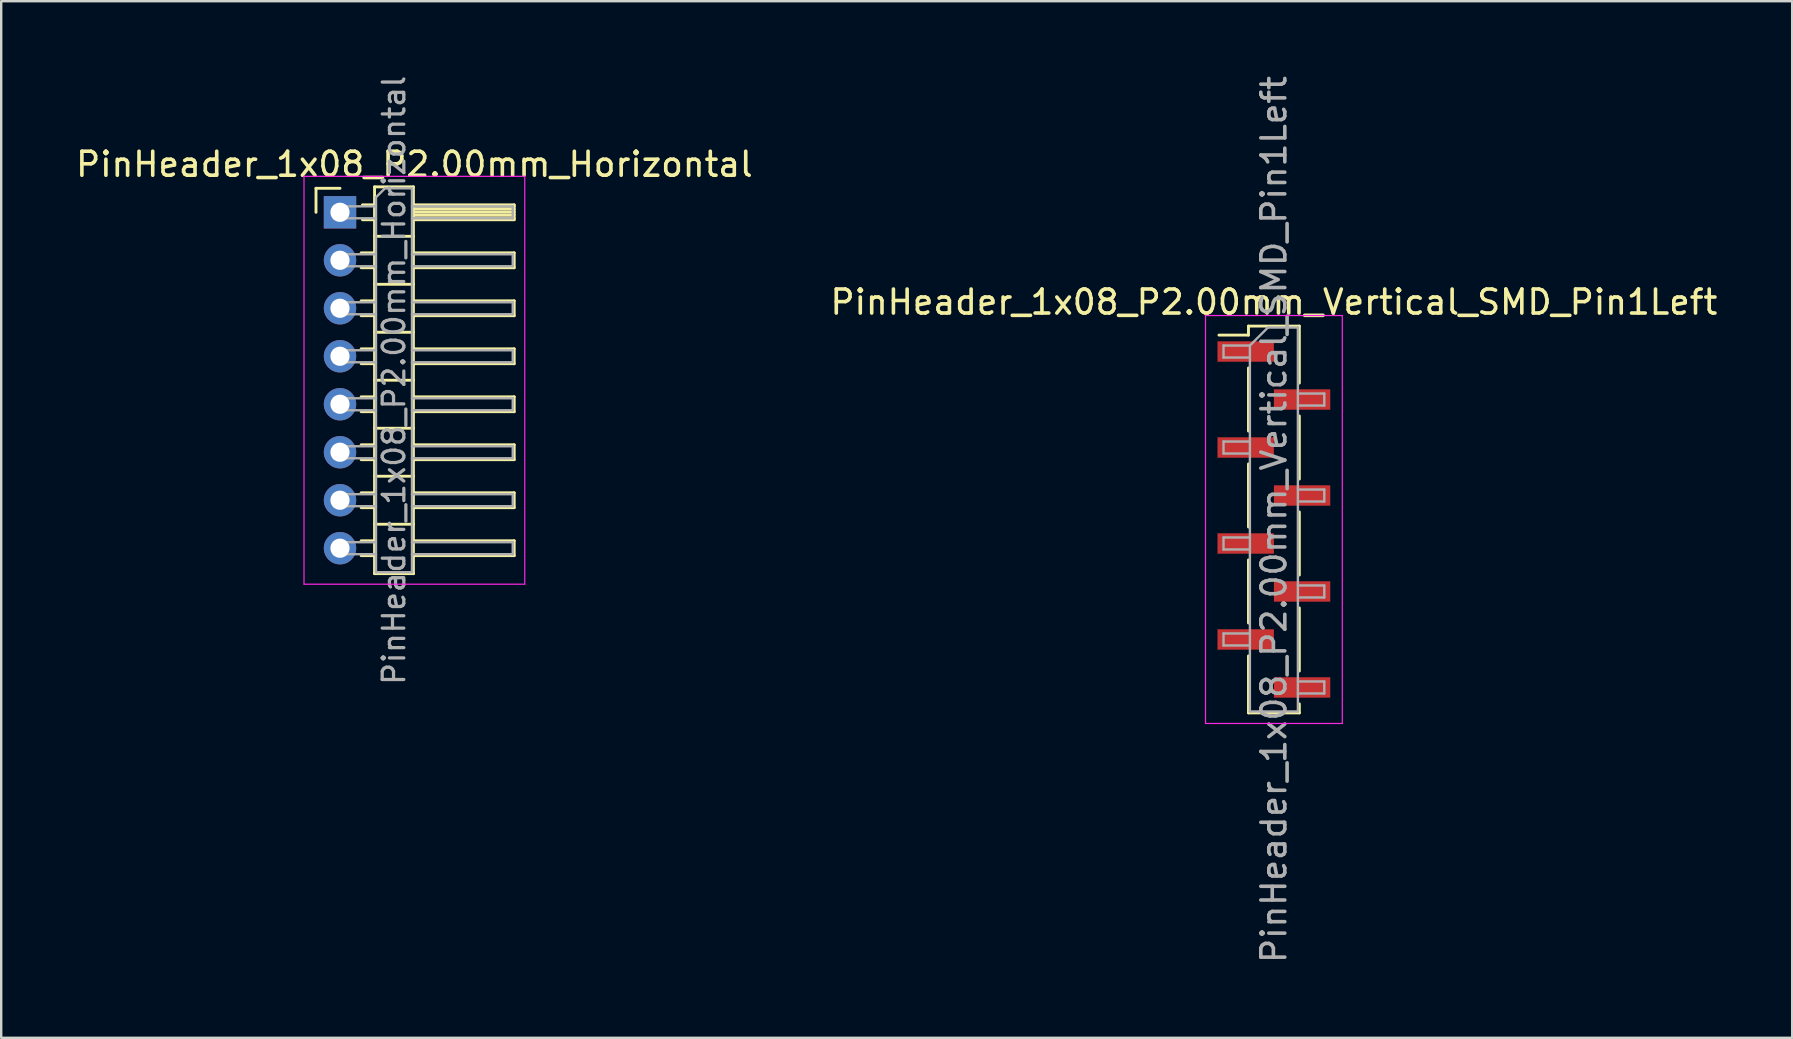
<source format=kicad_pcb>
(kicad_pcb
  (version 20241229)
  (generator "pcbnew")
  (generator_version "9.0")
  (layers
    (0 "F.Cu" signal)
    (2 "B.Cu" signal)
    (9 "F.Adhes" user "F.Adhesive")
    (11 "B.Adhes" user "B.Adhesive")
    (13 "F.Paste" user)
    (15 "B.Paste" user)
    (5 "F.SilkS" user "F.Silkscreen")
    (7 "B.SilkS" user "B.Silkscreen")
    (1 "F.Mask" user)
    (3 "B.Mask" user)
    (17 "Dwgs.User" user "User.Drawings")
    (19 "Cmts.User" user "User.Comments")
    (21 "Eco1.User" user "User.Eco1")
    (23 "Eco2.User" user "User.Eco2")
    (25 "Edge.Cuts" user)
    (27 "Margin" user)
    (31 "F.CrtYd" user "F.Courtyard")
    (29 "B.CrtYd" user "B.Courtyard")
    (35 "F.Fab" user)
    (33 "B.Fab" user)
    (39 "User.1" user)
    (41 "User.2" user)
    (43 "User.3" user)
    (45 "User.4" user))
  (footprint "PinHeader_1x08_P2.00mm_Horizontal"
    (layer "F.Cu")
    (at 11.12 5.798)
    (property "Reference" "PinHeader_1x08_P2.00mm_Horizontal" (at 3.1 -2 0) (layer "F.SilkS") (effects (font (size 1 1) (thickness 0.15))))
    (attr through_hole)
    (fp_line (start -1 -1) (end 0 -1) (stroke (width 0.12) (type solid)) (layer "F.SilkS"))
    (fp_line (start -1 0) (end -1 -1) (stroke (width 0.12) (type solid)) (layer "F.SilkS"))
    (fp_line (start 0.882 1.69) (end 1.44 1.69) (stroke (width 0.12) (type solid)) (layer "F.SilkS"))
    (fp_line (start 0.882 2.31) (end 1.44 2.31) (stroke (width 0.12) (type solid)) (layer "F.SilkS"))
    (fp_line (start 0.882 3.69) (end 1.44 3.69) (stroke (width 0.12) (type solid)) (layer "F.SilkS"))
    (fp_line (start 0.882 4.31) (end 1.44 4.31) (stroke (width 0.12) (type solid)) (layer "F.SilkS"))
    (fp_line (start 0.882 5.69) (end 1.44 5.69) (stroke (width 0.12) (type solid)) (layer "F.SilkS"))
    (fp_line (start 0.882 6.31) (end 1.44 6.31) (stroke (width 0.12) (type solid)) (layer "F.SilkS"))
    (fp_line (start 0.882 7.69) (end 1.44 7.69) (stroke (width 0.12) (type solid)) (layer "F.SilkS"))
    (fp_line (start 0.882 8.31) (end 1.44 8.31) (stroke (width 0.12) (type solid)) (layer "F.SilkS"))
    (fp_line (start 0.882 9.69) (end 1.44 9.69) (stroke (width 0.12) (type solid)) (layer "F.SilkS"))
    (fp_line (start 0.882 10.31) (end 1.44 10.31) (stroke (width 0.12) (type solid)) (layer "F.SilkS"))
    (fp_line (start 0.882 11.69) (end 1.44 11.69) (stroke (width 0.12) (type solid)) (layer "F.SilkS"))
    (fp_line (start 0.882 12.31) (end 1.44 12.31) (stroke (width 0.12) (type solid)) (layer "F.SilkS"))
    (fp_line (start 0.882 13.69) (end 1.44 13.69) (stroke (width 0.12) (type solid)) (layer "F.SilkS"))
    (fp_line (start 0.882 14.31) (end 1.44 14.31) (stroke (width 0.12) (type solid)) (layer "F.SilkS"))
    (fp_line (start 0.935 -0.31) (end 1.44 -0.31) (stroke (width 0.12) (type solid)) (layer "F.SilkS"))
    (fp_line (start 0.935 0.31) (end 1.44 0.31) (stroke (width 0.12) (type solid)) (layer "F.SilkS"))
    (fp_line (start 1.44 -1.06) (end 1.44 15.06) (stroke (width 0.12) (type solid)) (layer "F.SilkS"))
    (fp_line (start 1.44 1) (end 3.06 1) (stroke (width 0.12) (type solid)) (layer "F.SilkS"))
    (fp_line (start 1.44 3) (end 3.06 3) (stroke (width 0.12) (type solid)) (layer "F.SilkS"))
    (fp_line (start 1.44 5) (end 3.06 5) (stroke (width 0.12) (type solid)) (layer "F.SilkS"))
    (fp_line (start 1.44 7) (end 3.06 7) (stroke (width 0.12) (type solid)) (layer "F.SilkS"))
    (fp_line (start 1.44 9) (end 3.06 9) (stroke (width 0.12) (type solid)) (layer "F.SilkS"))
    (fp_line (start 1.44 11) (end 3.06 11) (stroke (width 0.12) (type solid)) (layer "F.SilkS"))
    (fp_line (start 1.44 13) (end 3.06 13) (stroke (width 0.12) (type solid)) (layer "F.SilkS"))
    (fp_line (start 1.44 15.06) (end 3.06 15.06) (stroke (width 0.12) (type solid)) (layer "F.SilkS"))
    (fp_line (start 3.06 -1.06) (end 1.44 -1.06) (stroke (width 0.12) (type solid)) (layer "F.SilkS"))
    (fp_line (start 3.06 -0.31) (end 7.26 -0.31) (stroke (width 0.12) (type solid)) (layer "F.SilkS"))
    (fp_line (start 3.06 -0.25) (end 7.26 -0.25) (stroke (width 0.12) (type solid)) (layer "F.SilkS"))
    (fp_line (start 3.06 -0.13) (end 7.26 -0.13) (stroke (width 0.12) (type solid)) (layer "F.SilkS"))
    (fp_line (start 3.06 -0.01) (end 7.26 -0.01) (stroke (width 0.12) (type solid)) (layer "F.SilkS"))
    (fp_line (start 3.06 0.11) (end 7.26 0.11) (stroke (width 0.12) (type solid)) (layer "F.SilkS"))
    (fp_line (start 3.06 0.23) (end 7.26 0.23) (stroke (width 0.12) (type solid)) (layer "F.SilkS"))
    (fp_line (start 3.06 1.69) (end 7.26 1.69) (stroke (width 0.12) (type solid)) (layer "F.SilkS"))
    (fp_line (start 3.06 3.69) (end 7.26 3.69) (stroke (width 0.12) (type solid)) (layer "F.SilkS"))
    (fp_line (start 3.06 5.69) (end 7.26 5.69) (stroke (width 0.12) (type solid)) (layer "F.SilkS"))
    (fp_line (start 3.06 7.69) (end 7.26 7.69) (stroke (width 0.12) (type solid)) (layer "F.SilkS"))
    (fp_line (start 3.06 9.69) (end 7.26 9.69) (stroke (width 0.12) (type solid)) (layer "F.SilkS"))
    (fp_line (start 3.06 11.69) (end 7.26 11.69) (stroke (width 0.12) (type solid)) (layer "F.SilkS"))
    (fp_line (start 3.06 13.69) (end 7.26 13.69) (stroke (width 0.12) (type solid)) (layer "F.SilkS"))
    (fp_line (start 3.06 15.06) (end 3.06 -1.06) (stroke (width 0.12) (type solid)) (layer "F.SilkS"))
    (fp_line (start 7.26 -0.31) (end 7.26 0.31) (stroke (width 0.12) (type solid)) (layer "F.SilkS"))
    (fp_line (start 7.26 0.31) (end 3.06 0.31) (stroke (width 0.12) (type solid)) (layer "F.SilkS"))
    (fp_line (start 7.26 1.69) (end 7.26 2.31) (stroke (width 0.12) (type solid)) (layer "F.SilkS"))
    (fp_line (start 7.26 2.31) (end 3.06 2.31) (stroke (width 0.12) (type solid)) (layer "F.SilkS"))
    (fp_line (start 7.26 3.69) (end 7.26 4.31) (stroke (width 0.12) (type solid)) (layer "F.SilkS"))
    (fp_line (start 7.26 4.31) (end 3.06 4.31) (stroke (width 0.12) (type solid)) (layer "F.SilkS"))
    (fp_line (start 7.26 5.69) (end 7.26 6.31) (stroke (width 0.12) (type solid)) (layer "F.SilkS"))
    (fp_line (start 7.26 6.31) (end 3.06 6.31) (stroke (width 0.12) (type solid)) (layer "F.SilkS"))
    (fp_line (start 7.26 7.69) (end 7.26 8.31) (stroke (width 0.12) (type solid)) (layer "F.SilkS"))
    (fp_line (start 7.26 8.31) (end 3.06 8.31) (stroke (width 0.12) (type solid)) (layer "F.SilkS"))
    (fp_line (start 7.26 9.69) (end 7.26 10.31) (stroke (width 0.12) (type solid)) (layer "F.SilkS"))
    (fp_line (start 7.26 10.31) (end 3.06 10.31) (stroke (width 0.12) (type solid)) (layer "F.SilkS"))
    (fp_line (start 7.26 11.69) (end 7.26 12.31) (stroke (width 0.12) (type solid)) (layer "F.SilkS"))
    (fp_line (start 7.26 12.31) (end 3.06 12.31) (stroke (width 0.12) (type solid)) (layer "F.SilkS"))
    (fp_line (start 7.26 13.69) (end 7.26 14.31) (stroke (width 0.12) (type solid)) (layer "F.SilkS"))
    (fp_line (start 7.26 14.31) (end 3.06 14.31) (stroke (width 0.12) (type solid)) (layer "F.SilkS"))
    (fp_line (start -1.5 -1.5) (end -1.5 15.5) (stroke (width 0.05) (type solid)) (layer "F.CrtYd"))
    (fp_line (start -1.5 15.5) (end 7.7 15.5) (stroke (width 0.05) (type solid)) (layer "F.CrtYd"))
    (fp_line (start 7.7 -1.5) (end -1.5 -1.5) (stroke (width 0.05) (type solid)) (layer "F.CrtYd"))
    (fp_line (start 7.7 15.5) (end 7.7 -1.5) (stroke (width 0.05) (type solid)) (layer "F.CrtYd"))
    (fp_line (start -0.25 -0.25) (end -0.25 0.25) (stroke (width 0.1) (type solid)) (layer "F.Fab"))
    (fp_line (start -0.25 -0.25) (end 1.5 -0.25) (stroke (width 0.1) (type solid)) (layer "F.Fab"))
    (fp_line (start -0.25 0.25) (end 1.5 0.25) (stroke (width 0.1) (type solid)) (layer "F.Fab"))
    (fp_line (start -0.25 1.75) (end -0.25 2.25) (stroke (width 0.1) (type solid)) (layer "F.Fab"))
    (fp_line (start -0.25 1.75) (end 1.5 1.75) (stroke (width 0.1) (type solid)) (layer "F.Fab"))
    (fp_line (start -0.25 2.25) (end 1.5 2.25) (stroke (width 0.1) (type solid)) (layer "F.Fab"))
    (fp_line (start -0.25 3.75) (end -0.25 4.25) (stroke (width 0.1) (type solid)) (layer "F.Fab"))
    (fp_line (start -0.25 3.75) (end 1.5 3.75) (stroke (width 0.1) (type solid)) (layer "F.Fab"))
    (fp_line (start -0.25 4.25) (end 1.5 4.25) (stroke (width 0.1) (type solid)) (layer "F.Fab"))
    (fp_line (start -0.25 5.75) (end -0.25 6.25) (stroke (width 0.1) (type solid)) (layer "F.Fab"))
    (fp_line (start -0.25 5.75) (end 1.5 5.75) (stroke (width 0.1) (type solid)) (layer "F.Fab"))
    (fp_line (start -0.25 6.25) (end 1.5 6.25) (stroke (width 0.1) (type solid)) (layer "F.Fab"))
    (fp_line (start -0.25 7.75) (end -0.25 8.25) (stroke (width 0.1) (type solid)) (layer "F.Fab"))
    (fp_line (start -0.25 7.75) (end 1.5 7.75) (stroke (width 0.1) (type solid)) (layer "F.Fab"))
    (fp_line (start -0.25 8.25) (end 1.5 8.25) (stroke (width 0.1) (type solid)) (layer "F.Fab"))
    (fp_line (start -0.25 9.75) (end -0.25 10.25) (stroke (width 0.1) (type solid)) (layer "F.Fab"))
    (fp_line (start -0.25 9.75) (end 1.5 9.75) (stroke (width 0.1) (type solid)) (layer "F.Fab"))
    (fp_line (start -0.25 10.25) (end 1.5 10.25) (stroke (width 0.1) (type solid)) (layer "F.Fab"))
    (fp_line (start -0.25 11.75) (end -0.25 12.25) (stroke (width 0.1) (type solid)) (layer "F.Fab"))
    (fp_line (start -0.25 11.75) (end 1.5 11.75) (stroke (width 0.1) (type solid)) (layer "F.Fab"))
    (fp_line (start -0.25 12.25) (end 1.5 12.25) (stroke (width 0.1) (type solid)) (layer "F.Fab"))
    (fp_line (start -0.25 13.75) (end -0.25 14.25) (stroke (width 0.1) (type solid)) (layer "F.Fab"))
    (fp_line (start -0.25 13.75) (end 1.5 13.75) (stroke (width 0.1) (type solid)) (layer "F.Fab"))
    (fp_line (start -0.25 14.25) (end 1.5 14.25) (stroke (width 0.1) (type solid)) (layer "F.Fab"))
    (fp_line (start 1.5 -0.625) (end 1.875 -1) (stroke (width 0.1) (type solid)) (layer "F.Fab"))
    (fp_line (start 1.5 15) (end 1.5 -0.625) (stroke (width 0.1) (type solid)) (layer "F.Fab"))
    (fp_line (start 1.875 -1) (end 3 -1) (stroke (width 0.1) (type solid)) (layer "F.Fab"))
    (fp_line (start 3 -1) (end 3 15) (stroke (width 0.1) (type solid)) (layer "F.Fab"))
    (fp_line (start 3 -0.25) (end 7.2 -0.25) (stroke (width 0.1) (type solid)) (layer "F.Fab"))
    (fp_line (start 3 0.25) (end 7.2 0.25) (stroke (width 0.1) (type solid)) (layer "F.Fab"))
    (fp_line (start 3 1.75) (end 7.2 1.75) (stroke (width 0.1) (type solid)) (layer "F.Fab"))
    (fp_line (start 3 2.25) (end 7.2 2.25) (stroke (width 0.1) (type solid)) (layer "F.Fab"))
    (fp_line (start 3 3.75) (end 7.2 3.75) (stroke (width 0.1) (type solid)) (layer "F.Fab"))
    (fp_line (start 3 4.25) (end 7.2 4.25) (stroke (width 0.1) (type solid)) (layer "F.Fab"))
    (fp_line (start 3 5.75) (end 7.2 5.75) (stroke (width 0.1) (type solid)) (layer "F.Fab"))
    (fp_line (start 3 6.25) (end 7.2 6.25) (stroke (width 0.1) (type solid)) (layer "F.Fab"))
    (fp_line (start 3 7.75) (end 7.2 7.75) (stroke (width 0.1) (type solid)) (layer "F.Fab"))
    (fp_line (start 3 8.25) (end 7.2 8.25) (stroke (width 0.1) (type solid)) (layer "F.Fab"))
    (fp_line (start 3 9.75) (end 7.2 9.75) (stroke (width 0.1) (type solid)) (layer "F.Fab"))
    (fp_line (start 3 10.25) (end 7.2 10.25) (stroke (width 0.1) (type solid)) (layer "F.Fab"))
    (fp_line (start 3 11.75) (end 7.2 11.75) (stroke (width 0.1) (type solid)) (layer "F.Fab"))
    (fp_line (start 3 12.25) (end 7.2 12.25) (stroke (width 0.1) (type solid)) (layer "F.Fab"))
    (fp_line (start 3 13.75) (end 7.2 13.75) (stroke (width 0.1) (type solid)) (layer "F.Fab"))
    (fp_line (start 3 14.25) (end 7.2 14.25) (stroke (width 0.1) (type solid)) (layer "F.Fab"))
    (fp_line (start 3 15) (end 1.5 15) (stroke (width 0.1) (type solid)) (layer "F.Fab"))
    (fp_line (start 7.2 -0.25) (end 7.2 0.25) (stroke (width 0.1) (type solid)) (layer "F.Fab"))
    (fp_line (start 7.2 1.75) (end 7.2 2.25) (stroke (width 0.1) (type solid)) (layer "F.Fab"))
    (fp_line (start 7.2 3.75) (end 7.2 4.25) (stroke (width 0.1) (type solid)) (layer "F.Fab"))
    (fp_line (start 7.2 5.75) (end 7.2 6.25) (stroke (width 0.1) (type solid)) (layer "F.Fab"))
    (fp_line (start 7.2 7.75) (end 7.2 8.25) (stroke (width 0.1) (type solid)) (layer "F.Fab"))
    (fp_line (start 7.2 9.75) (end 7.2 10.25) (stroke (width 0.1) (type solid)) (layer "F.Fab"))
    (fp_line (start 7.2 11.75) (end 7.2 12.25) (stroke (width 0.1) (type solid)) (layer "F.Fab"))
    (fp_line (start 7.2 13.75) (end 7.2 14.25) (stroke (width 0.1) (type solid)) (layer "F.Fab"))
    (fp_text user "${REFERENCE}" (at 2.25 7 90) (layer "F.Fab") (effects (font (size 0.9 0.9) (thickness 0.135))))
    (pad "1" thru_hole rect (at 0 0) (size 1.35 1.35) (drill 0.8) (layers "*.Cu" "*.Mask"))
    (pad "2" thru_hole oval (at 0 2) (size 1.35 1.35) (drill 0.8) (layers "*.Cu" "*.Mask"))
    (pad "3" thru_hole oval (at 0 4) (size 1.35 1.35) (drill 0.8) (layers "*.Cu" "*.Mask"))
    (pad "4" thru_hole oval (at 0 6) (size 1.35 1.35) (drill 0.8) (layers "*.Cu" "*.Mask"))
    (pad "5" thru_hole oval (at 0 8) (size 1.35 1.35) (drill 0.8) (layers "*.Cu" "*.Mask"))
    (pad "6" thru_hole oval (at 0 10) (size 1.35 1.35) (drill 0.8) (layers "*.Cu" "*.Mask"))
    (pad "7" thru_hole oval (at 0 12) (size 1.35 1.35) (drill 0.8) (layers "*.Cu" "*.Mask"))
    (pad "8" thru_hole oval (at 0 14) (size 1.35 1.35) (drill 0.8) (layers "*.Cu" "*.Mask")))
  (footprint "PinHeader_1x08_P2.00mm_Vertical_SMD_Pin1Left"
    (layer "F.Cu")
    (at 50.042 18.601)
    (property "Reference" "PinHeader_1x08_P2.00mm_Vertical_SMD_Pin1Left" (at 0 -9.06 0) (layer "F.SilkS") (effects (font (size 1 1) (thickness 0.15))))
    (attr smd)
    (fp_line (start -1.06 -8.06) (end -1.06 -7.685) (stroke (width 0.12) (type solid)) (layer "F.SilkS"))
    (fp_line (start -1.06 -8.06) (end 1.06 -8.06) (stroke (width 0.12) (type solid)) (layer "F.SilkS"))
    (fp_line (start -1.06 -7.685) (end -2.29 -7.685) (stroke (width 0.12) (type solid)) (layer "F.SilkS"))
    (fp_line (start -1.06 -6.315) (end -1.06 -3.685) (stroke (width 0.12) (type solid)) (layer "F.SilkS"))
    (fp_line (start -1.06 -2.315) (end -1.06 0.315) (stroke (width 0.12) (type solid)) (layer "F.SilkS"))
    (fp_line (start -1.06 1.685) (end -1.06 4.315) (stroke (width 0.12) (type solid)) (layer "F.SilkS"))
    (fp_line (start -1.06 5.685) (end -1.06 8.06) (stroke (width 0.12) (type solid)) (layer "F.SilkS"))
    (fp_line (start -1.06 8.06) (end 1.06 8.06) (stroke (width 0.12) (type solid)) (layer "F.SilkS"))
    (fp_line (start 1.06 -8.06) (end 1.06 -5.685) (stroke (width 0.12) (type solid)) (layer "F.SilkS"))
    (fp_line (start 1.06 -4.315) (end 1.06 -1.685) (stroke (width 0.12) (type solid)) (layer "F.SilkS"))
    (fp_line (start 1.06 -0.315) (end 1.06 2.315) (stroke (width 0.12) (type solid)) (layer "F.SilkS"))
    (fp_line (start 1.06 3.685) (end 1.06 6.315) (stroke (width 0.12) (type solid)) (layer "F.SilkS"))
    (fp_line (start 1.06 7.685) (end 1.06 8.06) (stroke (width 0.12) (type solid)) (layer "F.SilkS"))
    (fp_line (start -2.85 -8.5) (end -2.85 8.5) (stroke (width 0.05) (type solid)) (layer "F.CrtYd"))
    (fp_line (start -2.85 8.5) (end 2.85 8.5) (stroke (width 0.05) (type solid)) (layer "F.CrtYd"))
    (fp_line (start 2.85 -8.5) (end -2.85 -8.5) (stroke (width 0.05) (type solid)) (layer "F.CrtYd"))
    (fp_line (start 2.85 8.5) (end 2.85 -8.5) (stroke (width 0.05) (type solid)) (layer "F.CrtYd"))
    (fp_line (start -2.1 -7.25) (end -2.1 -6.75) (stroke (width 0.1) (type solid)) (layer "F.Fab"))
    (fp_line (start -2.1 -6.75) (end -1 -6.75) (stroke (width 0.1) (type solid)) (layer "F.Fab"))
    (fp_line (start -2.1 -3.25) (end -2.1 -2.75) (stroke (width 0.1) (type solid)) (layer "F.Fab"))
    (fp_line (start -2.1 -2.75) (end -1 -2.75) (stroke (width 0.1) (type solid)) (layer "F.Fab"))
    (fp_line (start -2.1 0.75) (end -2.1 1.25) (stroke (width 0.1) (type solid)) (layer "F.Fab"))
    (fp_line (start -2.1 1.25) (end -1 1.25) (stroke (width 0.1) (type solid)) (layer "F.Fab"))
    (fp_line (start -2.1 4.75) (end -2.1 5.25) (stroke (width 0.1) (type solid)) (layer "F.Fab"))
    (fp_line (start -2.1 5.25) (end -1 5.25) (stroke (width 0.1) (type solid)) (layer "F.Fab"))
    (fp_line (start -1 -7.25) (end -2.1 -7.25) (stroke (width 0.1) (type solid)) (layer "F.Fab"))
    (fp_line (start -1 -7.25) (end -0.25 -8) (stroke (width 0.1) (type solid)) (layer "F.Fab"))
    (fp_line (start -1 -3.25) (end -2.1 -3.25) (stroke (width 0.1) (type solid)) (layer "F.Fab"))
    (fp_line (start -1 0.75) (end -2.1 0.75) (stroke (width 0.1) (type solid)) (layer "F.Fab"))
    (fp_line (start -1 4.75) (end -2.1 4.75) (stroke (width 0.1) (type solid)) (layer "F.Fab"))
    (fp_line (start -1 8) (end -1 -7.25) (stroke (width 0.1) (type solid)) (layer "F.Fab"))
    (fp_line (start -0.25 -8) (end 1 -8) (stroke (width 0.1) (type solid)) (layer "F.Fab"))
    (fp_line (start 1 -8) (end 1 8) (stroke (width 0.1) (type solid)) (layer "F.Fab"))
    (fp_line (start 1 -5.25) (end 2.1 -5.25) (stroke (width 0.1) (type solid)) (layer "F.Fab"))
    (fp_line (start 1 -1.25) (end 2.1 -1.25) (stroke (width 0.1) (type solid)) (layer "F.Fab"))
    (fp_line (start 1 2.75) (end 2.1 2.75) (stroke (width 0.1) (type solid)) (layer "F.Fab"))
    (fp_line (start 1 6.75) (end 2.1 6.75) (stroke (width 0.1) (type solid)) (layer "F.Fab"))
    (fp_line (start 1 8) (end -1 8) (stroke (width 0.1) (type solid)) (layer "F.Fab"))
    (fp_line (start 2.1 -5.25) (end 2.1 -4.75) (stroke (width 0.1) (type solid)) (layer "F.Fab"))
    (fp_line (start 2.1 -4.75) (end 1 -4.75) (stroke (width 0.1) (type solid)) (layer "F.Fab"))
    (fp_line (start 2.1 -1.25) (end 2.1 -0.75) (stroke (width 0.1) (type solid)) (layer "F.Fab"))
    (fp_line (start 2.1 -0.75) (end 1 -0.75) (stroke (width 0.1) (type solid)) (layer "F.Fab"))
    (fp_line (start 2.1 2.75) (end 2.1 3.25) (stroke (width 0.1) (type solid)) (layer "F.Fab"))
    (fp_line (start 2.1 3.25) (end 1 3.25) (stroke (width 0.1) (type solid)) (layer "F.Fab"))
    (fp_line (start 2.1 6.75) (end 2.1 7.25) (stroke (width 0.1) (type solid)) (layer "F.Fab"))
    (fp_line (start 2.1 7.25) (end 1 7.25) (stroke (width 0.1) (type solid)) (layer "F.Fab"))
    (fp_text user "${REFERENCE}" (at 0 0 90) (layer "F.Fab") (effects (font (size 1 1) (thickness 0.15))))
    (pad "1" smd rect (at -1.175 -7) (size 2.35 0.85) (layers "F.Cu" "F.Mask" "F.Paste"))
    (pad "2" smd rect (at 1.175 -5) (size 2.35 0.85) (layers "F.Cu" "F.Mask" "F.Paste"))
    (pad "3" smd rect (at -1.175 -3) (size 2.35 0.85) (layers "F.Cu" "F.Mask" "F.Paste"))
    (pad "4" smd rect (at 1.175 -1) (size 2.35 0.85) (layers "F.Cu" "F.Mask" "F.Paste"))
    (pad "5" smd rect (at -1.175 1) (size 2.35 0.85) (layers "F.Cu" "F.Mask" "F.Paste"))
    (pad "6" smd rect (at 1.175 3) (size 2.35 0.85) (layers "F.Cu" "F.Mask" "F.Paste"))
    (pad "7" smd rect (at -1.175 5) (size 2.35 0.85) (layers "F.Cu" "F.Mask" "F.Paste"))
    (pad "8" smd rect (at 1.175 7) (size 2.35 0.85) (layers "F.Cu" "F.Mask" "F.Paste")))
  (gr_rect
    (start -3 -3)
    (end 71.643 40.202)
    (stroke (width 0.1) (type default))
    (fill no)
    (layer "Edge.Cuts")))
</source>
